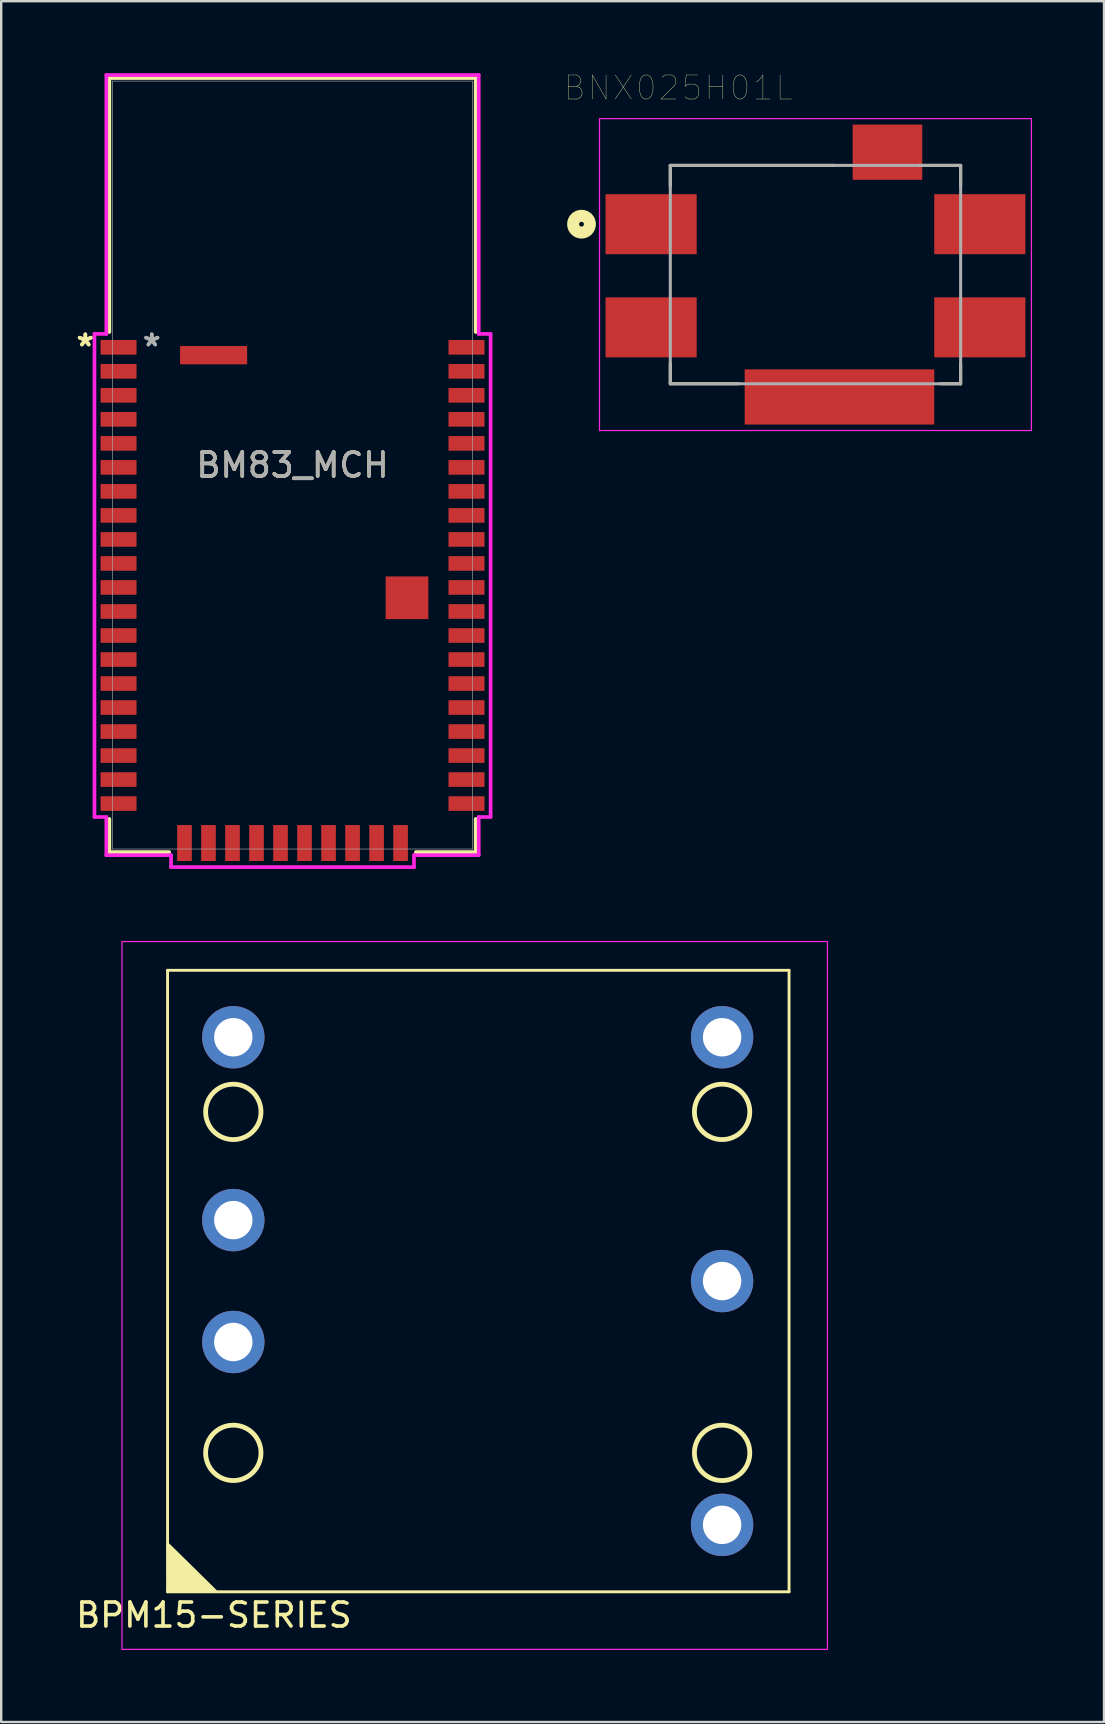
<source format=kicad_pcb>
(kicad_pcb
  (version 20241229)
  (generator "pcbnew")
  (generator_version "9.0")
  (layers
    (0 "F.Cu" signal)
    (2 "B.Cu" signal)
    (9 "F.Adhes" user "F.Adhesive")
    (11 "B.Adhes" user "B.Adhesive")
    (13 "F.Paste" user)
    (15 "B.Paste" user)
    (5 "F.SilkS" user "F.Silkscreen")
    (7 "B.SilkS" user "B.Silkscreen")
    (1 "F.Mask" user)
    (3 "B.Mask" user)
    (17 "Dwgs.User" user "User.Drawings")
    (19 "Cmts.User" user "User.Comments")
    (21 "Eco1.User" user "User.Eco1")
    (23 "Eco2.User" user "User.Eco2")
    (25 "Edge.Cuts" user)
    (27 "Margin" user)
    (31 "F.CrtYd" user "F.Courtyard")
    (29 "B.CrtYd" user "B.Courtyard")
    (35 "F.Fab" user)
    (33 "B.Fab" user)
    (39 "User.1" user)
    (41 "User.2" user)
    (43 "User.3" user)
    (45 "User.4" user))
  (footprint "BPM15-SERIES"
    (layer "F.Cu")
    (at 3.933 63.287)
    (property "Reference" "BPM15-SERIES" (at 1.93 0.97 0) (layer "F.SilkS") (effects (font (size 1 1) (thickness 0.15))))
    (attr through_hole)
    (fp_line (start 0 -25.9) (end 0 0) (stroke (width 0.12) (type solid)) (layer "F.SilkS"))
    (fp_line (start 0 -25.9) (end 25.9 -25.9) (stroke (width 0.12) (type solid)) (layer "F.SilkS"))
    (fp_line (start 0 0) (end 25.9 0) (stroke (width 0.12) (type solid)) (layer "F.SilkS"))
    (fp_line (start 0.02 -1.99) (end 2 -0.04) (stroke (width 0.1) (type solid)) (layer "F.SilkS"))
    (fp_line (start 25.9 -25.9) (end 25.9 0) (stroke (width 0.12) (type solid)) (layer "F.SilkS"))
    (fp_circle (center 2.74 -20) (end 3.894 -20) (stroke (width 0.2) (type solid)) (fill no) (layer "F.SilkS"))
    (fp_circle (center 2.74 -5.79) (end 3.894 -5.79) (stroke (width 0.2) (type solid)) (fill no) (layer "F.SilkS"))
    (fp_circle (center 23.11 -20) (end 24.264 -20) (stroke (width 0.2) (type solid)) (fill no) (layer "F.SilkS"))
    (fp_circle (center 23.11 -5.79) (end 24.264 -5.79) (stroke (width 0.2) (type solid)) (fill no) (layer "F.SilkS"))
    (fp_poly (pts (xy 0.01 -1.98) (xy 2 -0.02) (xy 0.03 -0.02) (xy 0.01 -1.98) (xy 0 -1.99) (xy 0.01 -1.99)) (stroke (width 0.1) (type solid)) (fill yes) (layer "F.SilkS"))
    (fp_rect (start -1.9 -27.1) (end 27.5 2.4) (stroke (width 0.05) (type solid)) (fill no) (layer "F.CrtYd"))
    (pad "1" thru_hole circle (at 2.74 -10.41) (size 2.6 2.6) (drill 1.6) (layers "*.Cu" "*.Mask"))
    (pad "2" thru_hole circle (at 2.74 -15.49) (size 2.6 2.6) (drill 1.6) (layers "*.Cu" "*.Mask"))
    (pad "3" thru_hole circle (at 2.74 -23.11) (size 2.6 2.6) (drill 1.6) (layers "*.Cu" "*.Mask"))
    (pad "4" thru_hole circle (at 23.11 -23.11) (size 2.6 2.6) (drill 1.6) (layers "*.Cu" "*.Mask"))
    (pad "5" thru_hole circle (at 23.11 -12.95) (size 2.6 2.6) (drill 1.6) (layers "*.Cu" "*.Mask"))
    (pad "6" thru_hole circle (at 23.11 -2.79) (size 2.6 2.6) (drill 1.6) (layers "*.Cu" "*.Mask")))
  (footprint "BNX025H01L"
    (layer "F.Cu")
    (at 30.934 8.393)
    (property "Reference" "BNX025H01L" (at -5.721 -7.78 0) (layer "F.SilkS") (effects (font (size 1.002 1.002) (thickness 0.015))))
    (attr through_hole)
    (fp_line (start -6.05 -4.55) (end 0.8 -4.55) (stroke (width 0.127) (type solid)) (layer "F.SilkS"))
    (fp_line (start -6.05 -3.7) (end -6.05 -4.55) (stroke (width 0.127) (type solid)) (layer "F.SilkS"))
    (fp_line (start -6.05 4.55) (end -6.05 3.7) (stroke (width 0.127) (type solid)) (layer "F.SilkS"))
    (fp_line (start -3.2 4.55) (end -6.05 4.55) (stroke (width 0.127) (type solid)) (layer "F.SilkS"))
    (fp_line (start 4.3 -4.55) (end 6.05 -4.55) (stroke (width 0.127) (type solid)) (layer "F.SilkS"))
    (fp_line (start 6.05 -4.55) (end 6.05 -3.7) (stroke (width 0.127) (type solid)) (layer "F.SilkS"))
    (fp_line (start 6.05 3.7) (end 6.05 4.55) (stroke (width 0.127) (type solid)) (layer "F.SilkS"))
    (fp_line (start 6.05 4.55) (end 5.2 4.55) (stroke (width 0.127) (type solid)) (layer "F.SilkS"))
    (fp_circle (center -9.75 -2.1) (end -9.65 -2.1) (stroke (width 0.5) (type solid)) (fill no) (layer "F.SilkS"))
    (fp_line (start -9 -6.5) (end 9 -6.5) (stroke (width 0.05) (type solid)) (layer "F.CrtYd"))
    (fp_line (start -9 6.5) (end -9 -6.5) (stroke (width 0.05) (type solid)) (layer "F.CrtYd"))
    (fp_line (start 9 -6.5) (end 9 6.5) (stroke (width 0.05) (type solid)) (layer "F.CrtYd"))
    (fp_line (start 9 6.5) (end -9 6.5) (stroke (width 0.05) (type solid)) (layer "F.CrtYd"))
    (fp_line (start -6.05 -4.55) (end 6.05 -4.55) (stroke (width 0.127) (type solid)) (layer "F.Fab"))
    (fp_line (start -6.05 4.55) (end -6.05 -4.55) (stroke (width 0.127) (type solid)) (layer "F.Fab"))
    (fp_line (start 6.05 -4.55) (end 6.05 4.55) (stroke (width 0.127) (type solid)) (layer "F.Fab"))
    (fp_line (start 6.05 4.55) (end -6.05 4.55) (stroke (width 0.127) (type solid)) (layer "F.Fab"))
    (pad "1" smd rect (at -6.85 -2.1) (size 3.8 2.5) (layers "F.Cu" "F.Mask" "F.Paste"))
    (pad "2" smd rect (at 6.85 -2.1) (size 3.8 2.5) (layers "F.Cu" "F.Mask" "F.Paste"))
    (pad "3" smd rect (at -6.85 2.2) (size 3.8 2.5) (layers "F.Cu" "F.Mask" "F.Paste"))
    (pad "4" smd rect (at 1 5.1) (size 7.9 2.3) (layers "F.Cu" "F.Mask" "F.Paste"))
    (pad "4" smd rect (at 3 -5.1) (size 2.9 2.3) (layers "F.Cu" "F.Mask" "F.Paste"))
    (pad "4" smd rect (at 6.85 2.2) (size 3.8 2.5) (layers "F.Cu" "F.Mask" "F.Paste")))
  (footprint "BM83_MCH"
    (layer "F.Cu")
    (at 9.141 16.332)
    (property "Reference" "BM83_MCH" (at 0 0 0) (unlocked yes) (layer "F.SilkS") (effects (font (size 1 1) (thickness 0.15))))
    (attr smd)
    (fp_line (start -7.633 -16.129) (end 7.633 -16.129) (stroke (width 0.152) (type solid)) (layer "F.SilkS"))
    (fp_line (start -7.633 -5.545) (end -7.633 -16.129) (stroke (width 0.152) (type solid)) (layer "F.SilkS"))
    (fp_line (start -7.633 16.129) (end -7.633 14.745) (stroke (width 0.152) (type solid)) (layer "F.SilkS"))
    (fp_line (start -5.141 16.129) (end -7.633 16.129) (stroke (width 0.152) (type solid)) (layer "F.SilkS"))
    (fp_line (start 7.633 -16.129) (end 7.633 -5.545) (stroke (width 0.152) (type solid)) (layer "F.SilkS"))
    (fp_line (start 7.633 14.745) (end 7.633 16.129) (stroke (width 0.152) (type solid)) (layer "F.SilkS"))
    (fp_line (start 7.633 16.129) (end 5.141 16.129) (stroke (width 0.152) (type solid)) (layer "F.SilkS"))
    (fp_poly (pts (xy -7.506 -16.002) (xy -7.506 -5.994) (xy 1.397 -5.994) (xy 1.397 -2.007) (xy 6.401 -2.007) (xy 6.401 -5.994) (xy 7.506 -5.994) (xy 7.506 -16.002)) (stroke (width 0.1) (type solid)) (fill no) (layer "Eco2.User"))
    (fp_line (start -8.254 -5.466) (end -8.254 14.666) (stroke (width 0.152) (type solid)) (layer "F.CrtYd"))
    (fp_line (start -8.254 14.666) (end -7.76 14.666) (stroke (width 0.152) (type solid)) (layer "F.CrtYd"))
    (fp_line (start -7.76 -16.256) (end -7.76 -5.466) (stroke (width 0.152) (type solid)) (layer "F.CrtYd"))
    (fp_line (start -7.76 -5.466) (end -8.254 -5.466) (stroke (width 0.152) (type solid)) (layer "F.CrtYd"))
    (fp_line (start -7.76 14.666) (end -7.76 16.256) (stroke (width 0.152) (type solid)) (layer "F.CrtYd"))
    (fp_line (start -7.76 16.256) (end -5.062 16.256) (stroke (width 0.152) (type solid)) (layer "F.CrtYd"))
    (fp_line (start -5.062 16.256) (end -5.062 16.754) (stroke (width 0.152) (type solid)) (layer "F.CrtYd"))
    (fp_line (start -5.062 16.754) (end 5.062 16.754) (stroke (width 0.152) (type solid)) (layer "F.CrtYd"))
    (fp_line (start 5.062 16.256) (end 7.76 16.256) (stroke (width 0.152) (type solid)) (layer "F.CrtYd"))
    (fp_line (start 5.062 16.754) (end 5.062 16.256) (stroke (width 0.152) (type solid)) (layer "F.CrtYd"))
    (fp_line (start 7.76 -16.256) (end -7.76 -16.256) (stroke (width 0.152) (type solid)) (layer "F.CrtYd"))
    (fp_line (start 7.76 -5.466) (end 7.76 -16.256) (stroke (width 0.152) (type solid)) (layer "F.CrtYd"))
    (fp_line (start 7.76 14.666) (end 8.254 14.666) (stroke (width 0.152) (type solid)) (layer "F.CrtYd"))
    (fp_line (start 7.76 16.256) (end 7.76 14.666) (stroke (width 0.152) (type solid)) (layer "F.CrtYd"))
    (fp_line (start 8.254 -5.466) (end 7.76 -5.466) (stroke (width 0.152) (type solid)) (layer "F.CrtYd"))
    (fp_line (start 8.254 14.666) (end 8.254 -5.466) (stroke (width 0.152) (type solid)) (layer "F.CrtYd"))
    (fp_line (start -7.506 -16.002) (end -7.506 16.002) (stroke (width 0.025) (type solid)) (layer "F.Fab"))
    (fp_line (start -7.506 16.002) (end 7.506 16.002) (stroke (width 0.025) (type solid)) (layer "F.Fab"))
    (fp_line (start 7.506 -16.002) (end -7.506 -16.002) (stroke (width 0.025) (type solid)) (layer "F.Fab"))
    (fp_line (start 7.506 16.002) (end 7.506 -16.002) (stroke (width 0.025) (type solid)) (layer "F.Fab"))
    (fp_text user "*" (at -8.635 -4.907 0) (layer "F.SilkS") (effects (font (size 1 1) (thickness 0.15))))
    (fp_text user "*" (at -8.635 -4.907 0) (unlocked yes) (layer "F.SilkS") (effects (font (size 1 1) (thickness 0.15))))
    (fp_text user "${REFERENCE}" (at 0 0 0) (unlocked yes) (layer "F.Fab") (effects (font (size 1 1) (thickness 0.15))))
    (fp_text user "*" (at -5.866 -4.907 0) (unlocked yes) (layer "F.Fab") (effects (font (size 1 1) (thickness 0.15))))
    (fp_text user "*" (at -5.866 -4.907 0) (layer "F.Fab") (effects (font (size 1 1) (thickness 0.15))))
    (pad "1" smd rect (at -7.25 -4.907) (size 1.499 0.61) (layers "F.Cu" "F.Mask" "F.Paste"))
    (pad "2" smd rect (at -7.25 -3.907) (size 1.499 0.61) (layers "F.Cu" "F.Mask" "F.Paste"))
    (pad "3" smd rect (at -7.25 -2.906) (size 1.499 0.61) (layers "F.Cu" "F.Mask" "F.Paste"))
    (pad "4" smd rect (at -7.25 -1.905) (size 1.499 0.61) (layers "F.Cu" "F.Mask" "F.Paste"))
    (pad "5" smd rect (at -7.25 -0.904) (size 1.499 0.61) (layers "F.Cu" "F.Mask" "F.Paste"))
    (pad "6" smd rect (at -7.25 0.097) (size 1.499 0.61) (layers "F.Cu" "F.Mask" "F.Paste"))
    (pad "7" smd rect (at -7.25 1.097) (size 1.499 0.61) (layers "F.Cu" "F.Mask" "F.Paste"))
    (pad "8" smd rect (at -7.25 2.098) (size 1.499 0.61) (layers "F.Cu" "F.Mask" "F.Paste"))
    (pad "9" smd rect (at -7.25 3.099) (size 1.499 0.61) (layers "F.Cu" "F.Mask" "F.Paste"))
    (pad "10" smd rect (at -7.25 4.1) (size 1.499 0.61) (layers "F.Cu" "F.Mask" "F.Paste"))
    (pad "11" smd rect (at -7.25 5.1) (size 1.499 0.61) (layers "F.Cu" "F.Mask" "F.Paste"))
    (pad "12" smd rect (at -7.25 6.101) (size 1.499 0.61) (layers "F.Cu" "F.Mask" "F.Paste"))
    (pad "13" smd rect (at -7.25 7.102) (size 1.499 0.61) (layers "F.Cu" "F.Mask" "F.Paste"))
    (pad "14" smd rect (at -7.25 8.103) (size 1.499 0.61) (layers "F.Cu" "F.Mask" "F.Paste"))
    (pad "15" smd rect (at -7.25 9.103) (size 1.499 0.61) (layers "F.Cu" "F.Mask" "F.Paste"))
    (pad "16" smd rect (at -7.25 10.104) (size 1.499 0.61) (layers "F.Cu" "F.Mask" "F.Paste"))
    (pad "17" smd rect (at -7.25 11.105) (size 1.499 0.61) (layers "F.Cu" "F.Mask" "F.Paste"))
    (pad "18" smd rect (at -7.25 12.106) (size 1.499 0.61) (layers "F.Cu" "F.Mask" "F.Paste"))
    (pad "19" smd rect (at -7.25 13.106) (size 1.499 0.61) (layers "F.Cu" "F.Mask" "F.Paste"))
    (pad "20" smd rect (at -7.25 14.107) (size 1.499 0.61) (layers "F.Cu" "F.Mask" "F.Paste"))
    (pad "21" smd rect (at -4.503 15.751 90) (size 1.499 0.61) (layers "F.Cu" "F.Mask" "F.Paste"))
    (pad "22" smd rect (at -3.503 15.751 90) (size 1.499 0.61) (layers "F.Cu" "F.Mask" "F.Paste"))
    (pad "23" smd rect (at -2.502 15.751 90) (size 1.499 0.61) (layers "F.Cu" "F.Mask" "F.Paste"))
    (pad "24" smd rect (at -1.501 15.751 90) (size 1.499 0.61) (layers "F.Cu" "F.Mask" "F.Paste"))
    (pad "25" smd rect (at -0.5 15.751 90) (size 1.499 0.61) (layers "F.Cu" "F.Mask" "F.Paste"))
    (pad "26" smd rect (at 0.5 15.751 90) (size 1.499 0.61) (layers "F.Cu" "F.Mask" "F.Paste"))
    (pad "27" smd rect (at 1.501 15.751 90) (size 1.499 0.61) (layers "F.Cu" "F.Mask" "F.Paste"))
    (pad "28" smd rect (at 2.502 15.751 90) (size 1.499 0.61) (layers "F.Cu" "F.Mask" "F.Paste"))
    (pad "29" smd rect (at 3.503 15.751 90) (size 1.499 0.61) (layers "F.Cu" "F.Mask" "F.Paste"))
    (pad "30" smd rect (at 4.503 15.751 90) (size 1.499 0.61) (layers "F.Cu" "F.Mask" "F.Paste"))
    (pad "31" smd rect (at 7.25 14.107) (size 1.499 0.61) (layers "F.Cu" "F.Mask" "F.Paste"))
    (pad "32" smd rect (at 7.25 13.106) (size 1.499 0.61) (layers "F.Cu" "F.Mask" "F.Paste"))
    (pad "33" smd rect (at 7.25 12.106) (size 1.499 0.61) (layers "F.Cu" "F.Mask" "F.Paste"))
    (pad "34" smd rect (at 7.25 11.105) (size 1.499 0.61) (layers "F.Cu" "F.Mask" "F.Paste"))
    (pad "35" smd rect (at 7.25 10.104) (size 1.499 0.61) (layers "F.Cu" "F.Mask" "F.Paste"))
    (pad "36" smd rect (at 7.25 9.103) (size 1.499 0.61) (layers "F.Cu" "F.Mask" "F.Paste"))
    (pad "37" smd rect (at 7.25 8.103) (size 1.499 0.61) (layers "F.Cu" "F.Mask" "F.Paste"))
    (pad "38" smd rect (at 7.25 7.102) (size 1.499 0.61) (layers "F.Cu" "F.Mask" "F.Paste"))
    (pad "39" smd rect (at 7.25 6.101) (size 1.499 0.61) (layers "F.Cu" "F.Mask" "F.Paste"))
    (pad "40" smd rect (at 7.25 5.1) (size 1.499 0.61) (layers "F.Cu" "F.Mask" "F.Paste"))
    (pad "41" smd rect (at 7.25 4.1) (size 1.499 0.61) (layers "F.Cu" "F.Mask" "F.Paste"))
    (pad "42" smd rect (at 7.25 3.099) (size 1.499 0.61) (layers "F.Cu" "F.Mask" "F.Paste"))
    (pad "43" smd rect (at 7.25 2.098) (size 1.499 0.61) (layers "F.Cu" "F.Mask" "F.Paste"))
    (pad "44" smd rect (at 7.25 1.097) (size 1.499 0.61) (layers "F.Cu" "F.Mask" "F.Paste"))
    (pad "45" smd rect (at 7.25 0.097) (size 1.499 0.61) (layers "F.Cu" "F.Mask" "F.Paste"))
    (pad "46" smd rect (at 7.25 -0.904) (size 1.499 0.61) (layers "F.Cu" "F.Mask" "F.Paste"))
    (pad "47" smd rect (at 7.25 -1.905) (size 1.499 0.61) (layers "F.Cu" "F.Mask" "F.Paste"))
    (pad "48" smd rect (at 7.25 -2.906) (size 1.499 0.61) (layers "F.Cu" "F.Mask" "F.Paste"))
    (pad "49" smd rect (at 7.25 -3.907) (size 1.499 0.61) (layers "F.Cu" "F.Mask" "F.Paste"))
    (pad "50" smd rect (at 7.25 -4.907) (size 1.499 0.61) (layers "F.Cu" "F.Mask" "F.Paste"))
    (pad "56" smd rect (at 4.77 5.53) (size 1.778 1.778) (layers "F.Cu" "F.Mask" "F.Paste"))
    (pad "57" smd rect (at -3.289 -4.58) (size 2.794 0.762) (layers "F.Cu" "F.Mask" "F.Paste")))
  (gr_rect
    (start -3 -3)
    (end 42.959 68.712)
    (stroke (width 0.1) (type default))
    (fill no)
    (layer "Edge.Cuts")))
</source>
